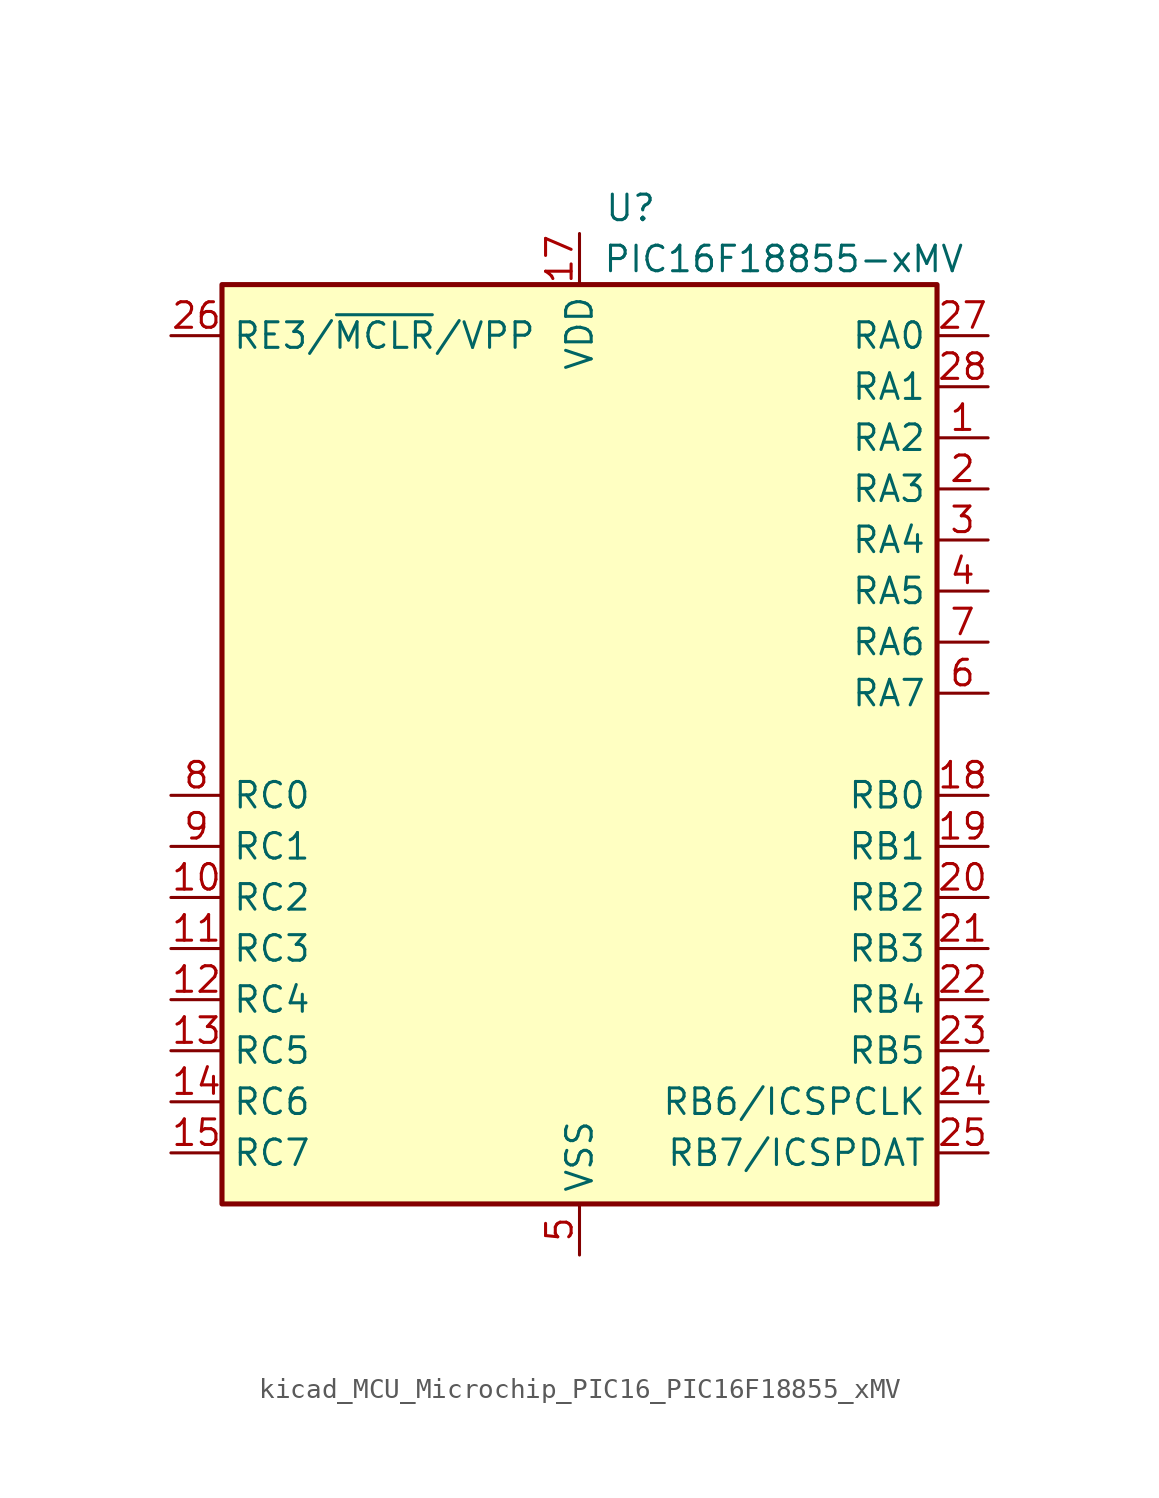
<source format=kicad_sym>
(kicad_symbol_lib
  (version 20220914)
  (generator kicad_symbol_editor)
  (symbol "kicad_MCU_Microchip_PIC16_PIC16F18855_xMV"
    (property "Reference" "U"
      (at 2.54 26.67 0)
      (effects (font (size 1.27 1.27))))
    (property "Value" "PIC16F18855-xMV"
      (at 10.16 24.13 0)
      (effects (font (size 1.27 1.27))))
    (symbol "kicad_MCU_Microchip_PIC16_PIC16F18855_xMV_0_0"
      (pin passive line (at 0 -25.4 90) (length 2.54) hide (name "VSS" (effects (font (size 1.27 1.27)))) (number "29" (effects (font (size 1.27 1.27))))))
    (symbol "kicad_MCU_Microchip_PIC16_PIC16F18855_xMV_0_1"
      (rectangle (start -17.78 22.86) (end 17.78 -22.86) (stroke (width 0.254) (type default)) (fill (type background))))
    (symbol "kicad_MCU_Microchip_PIC16_PIC16F18855_xMV_1_1"
      (pin bidirectional line (at 20.32 15.24 180) (length 2.54) (name "RA2" (effects (font (size 1.27 1.27)))) (number "1" (effects (font (size 1.27 1.27)))))
      (pin bidirectional line (at -20.32 -7.62 0) (length 2.54) (name "RC2" (effects (font (size 1.27 1.27)))) (number "10" (effects (font (size 1.27 1.27)))))
      (pin bidirectional line (at -20.32 -10.16 0) (length 2.54) (name "RC3" (effects (font (size 1.27 1.27)))) (number "11" (effects (font (size 1.27 1.27)))))
      (pin bidirectional line (at -20.32 -12.7 0) (length 2.54) (name "RC4" (effects (font (size 1.27 1.27)))) (number "12" (effects (font (size 1.27 1.27)))))
      (pin bidirectional line (at -20.32 -15.24 0) (length 2.54) (name "RC5" (effects (font (size 1.27 1.27)))) (number "13" (effects (font (size 1.27 1.27)))))
      (pin bidirectional line (at -20.32 -17.78 0) (length 2.54) (name "RC6" (effects (font (size 1.27 1.27)))) (number "14" (effects (font (size 1.27 1.27)))))
      (pin bidirectional line (at -20.32 -20.32 0) (length 2.54) (name "RC7" (effects (font (size 1.27 1.27)))) (number "15" (effects (font (size 1.27 1.27)))))
      (pin passive line (at 0 -25.4 90) (length 2.54) hide (name "VSS" (effects (font (size 1.27 1.27)))) (number "16" (effects (font (size 1.27 1.27)))))
      (pin power_in line (at 0 25.4 270) (length 2.54) (name "VDD" (effects (font (size 1.27 1.27)))) (number "17" (effects (font (size 1.27 1.27)))))
      (pin bidirectional line (at 20.32 -2.54 180) (length 2.54) (name "RB0" (effects (font (size 1.27 1.27)))) (number "18" (effects (font (size 1.27 1.27)))))
      (pin bidirectional line (at 20.32 -5.08 180) (length 2.54) (name "RB1" (effects (font (size 1.27 1.27)))) (number "19" (effects (font (size 1.27 1.27)))))
      (pin bidirectional line (at 20.32 12.7 180) (length 2.54) (name "RA3" (effects (font (size 1.27 1.27)))) (number "2" (effects (font (size 1.27 1.27)))))
      (pin bidirectional line (at 20.32 -7.62 180) (length 2.54) (name "RB2" (effects (font (size 1.27 1.27)))) (number "20" (effects (font (size 1.27 1.27)))))
      (pin bidirectional line (at 20.32 -10.16 180) (length 2.54) (name "RB3" (effects (font (size 1.27 1.27)))) (number "21" (effects (font (size 1.27 1.27)))))
      (pin bidirectional line (at 20.32 -12.7 180) (length 2.54) (name "RB4" (effects (font (size 1.27 1.27)))) (number "22" (effects (font (size 1.27 1.27)))))
      (pin bidirectional line (at 20.32 -15.24 180) (length 2.54) (name "RB5" (effects (font (size 1.27 1.27)))) (number "23" (effects (font (size 1.27 1.27)))))
      (pin bidirectional line (at 20.32 -17.78 180) (length 2.54) (name "RB6/ICSPCLK" (effects (font (size 1.27 1.27)))) (number "24" (effects (font (size 1.27 1.27)))))
      (pin bidirectional line (at 20.32 -20.32 180) (length 2.54) (name "RB7/ICSPDAT" (effects (font (size 1.27 1.27)))) (number "25" (effects (font (size 1.27 1.27)))))
      (pin input line (at -20.32 20.32 0) (length 2.54) (name "RE3/~{MCLR}/VPP" (effects (font (size 1.27 1.27)))) (number "26" (effects (font (size 1.27 1.27)))))
      (pin bidirectional line (at 20.32 20.32 180) (length 2.54) (name "RA0" (effects (font (size 1.27 1.27)))) (number "27" (effects (font (size 1.27 1.27)))))
      (pin bidirectional line (at 20.32 17.78 180) (length 2.54) (name "RA1" (effects (font (size 1.27 1.27)))) (number "28" (effects (font (size 1.27 1.27)))))
      (pin bidirectional line (at 20.32 10.16 180) (length 2.54) (name "RA4" (effects (font (size 1.27 1.27)))) (number "3" (effects (font (size 1.27 1.27)))))
      (pin bidirectional line (at 20.32 7.62 180) (length 2.54) (name "RA5" (effects (font (size 1.27 1.27)))) (number "4" (effects (font (size 1.27 1.27)))))
      (pin power_in line (at 0 -25.4 90) (length 2.54) (name "VSS" (effects (font (size 1.27 1.27)))) (number "5" (effects (font (size 1.27 1.27)))))
      (pin bidirectional line (at 20.32 2.54 180) (length 2.54) (name "RA7" (effects (font (size 1.27 1.27)))) (number "6" (effects (font (size 1.27 1.27)))))
      (pin bidirectional line (at 20.32 5.08 180) (length 2.54) (name "RA6" (effects (font (size 1.27 1.27)))) (number "7" (effects (font (size 1.27 1.27)))))
      (pin bidirectional line (at -20.32 -2.54 0) (length 2.54) (name "RC0" (effects (font (size 1.27 1.27)))) (number "8" (effects (font (size 1.27 1.27)))))
      (pin bidirectional line (at -20.32 -5.08 0) (length 2.54) (name "RC1" (effects (font (size 1.27 1.27)))) (number "9" (effects (font (size 1.27 1.27))))))))
</source>
